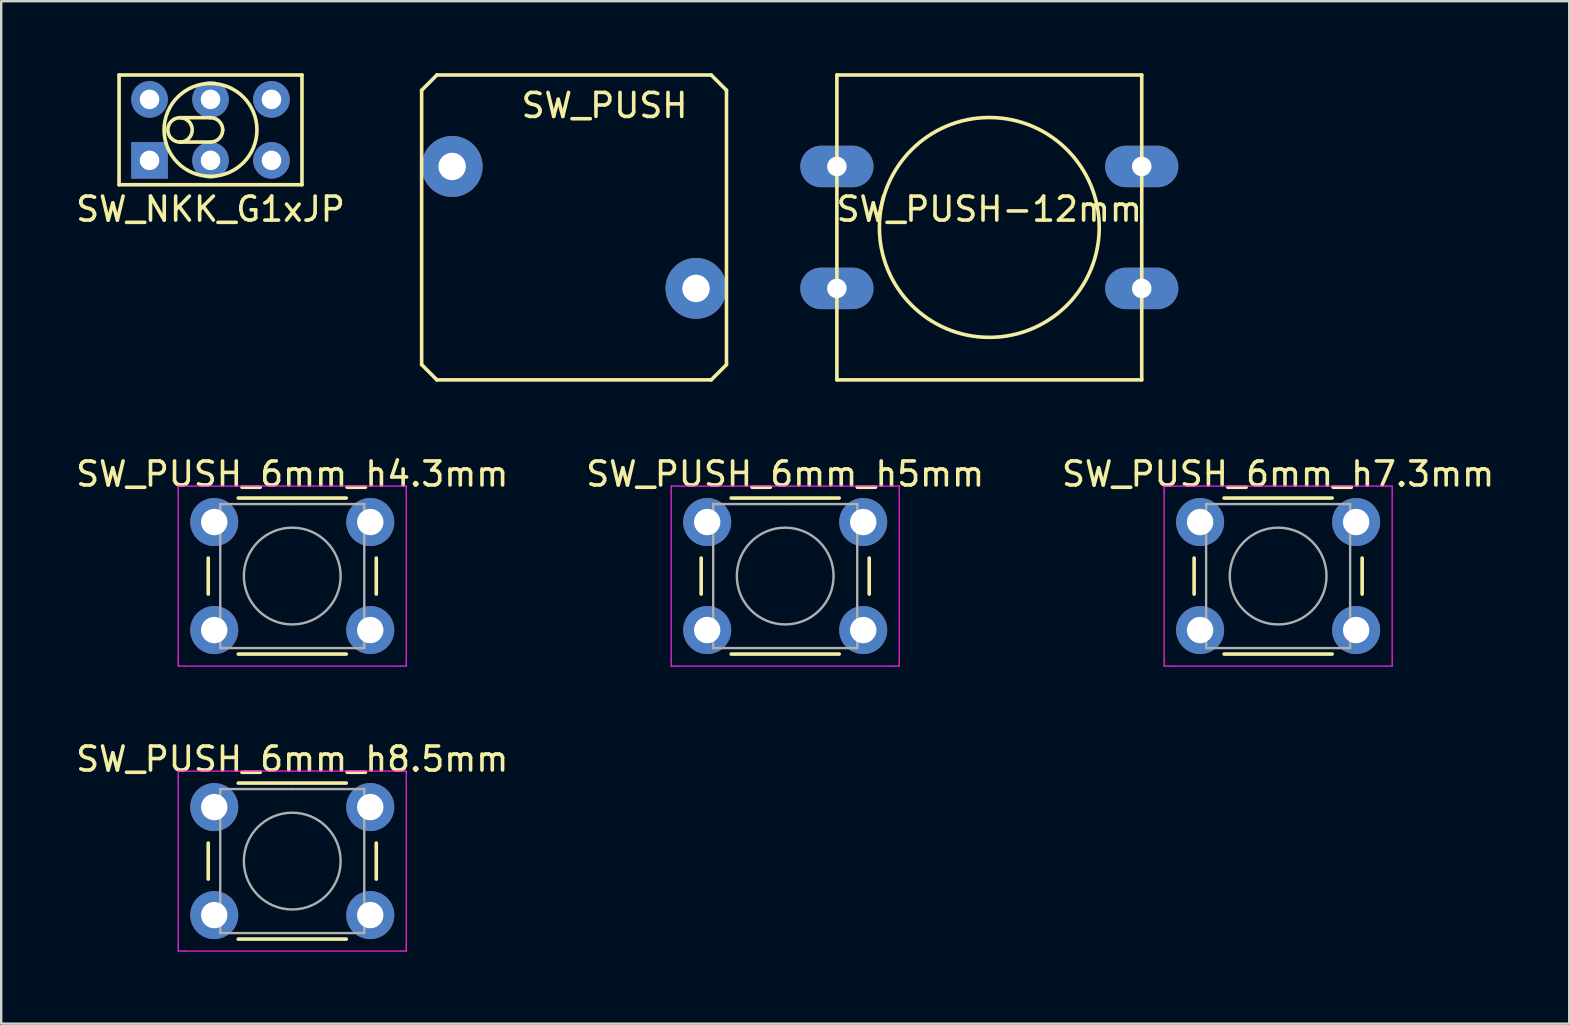
<source format=kicad_pcb>
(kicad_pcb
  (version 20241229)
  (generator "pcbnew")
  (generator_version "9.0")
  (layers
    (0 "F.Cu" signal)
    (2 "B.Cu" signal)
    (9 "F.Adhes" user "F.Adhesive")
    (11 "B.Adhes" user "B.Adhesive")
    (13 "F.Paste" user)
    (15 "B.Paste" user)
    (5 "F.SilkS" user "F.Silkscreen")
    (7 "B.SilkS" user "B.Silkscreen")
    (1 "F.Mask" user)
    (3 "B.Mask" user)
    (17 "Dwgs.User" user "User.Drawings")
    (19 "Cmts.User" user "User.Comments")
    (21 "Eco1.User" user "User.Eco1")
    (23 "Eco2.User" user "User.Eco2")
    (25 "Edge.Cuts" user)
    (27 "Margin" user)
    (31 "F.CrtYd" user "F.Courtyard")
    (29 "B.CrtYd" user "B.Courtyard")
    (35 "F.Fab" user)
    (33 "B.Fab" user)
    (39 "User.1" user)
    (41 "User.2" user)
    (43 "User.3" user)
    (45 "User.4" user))
  (footprint "SW_PUSH_6mm_h5mm"
    (layer "F.Cu")
    (at 26.411 18.698)
    (property "Reference" "SW_PUSH_6mm_h5mm" (at 3.25 -2 0) (layer "F.SilkS") (effects (font (size 1 1) (thickness 0.15))))
    (attr through_hole)
    (fp_line (start -0.25 1.5) (end -0.25 3) (stroke (width 0.15) (type solid)) (layer "F.SilkS"))
    (fp_line (start 1 5.5) (end 5.5 5.5) (stroke (width 0.15) (type solid)) (layer "F.SilkS"))
    (fp_line (start 5.5 -1) (end 1 -1) (stroke (width 0.15) (type solid)) (layer "F.SilkS"))
    (fp_line (start 6.75 3) (end 6.75 1.5) (stroke (width 0.15) (type solid)) (layer "F.SilkS"))
    (fp_line (start -1.5 -1.5) (end -1.25 -1.5) (stroke (width 0.05) (type solid)) (layer "F.CrtYd"))
    (fp_line (start -1.5 -1.25) (end -1.5 -1.5) (stroke (width 0.05) (type solid)) (layer "F.CrtYd"))
    (fp_line (start -1.5 5.75) (end -1.5 -1.25) (stroke (width 0.05) (type solid)) (layer "F.CrtYd"))
    (fp_line (start -1.5 5.75) (end -1.5 6) (stroke (width 0.05) (type solid)) (layer "F.CrtYd"))
    (fp_line (start -1.5 6) (end -1.25 6) (stroke (width 0.05) (type solid)) (layer "F.CrtYd"))
    (fp_line (start -1.25 -1.5) (end 7.75 -1.5) (stroke (width 0.05) (type solid)) (layer "F.CrtYd"))
    (fp_line (start 7.75 -1.5) (end 8 -1.5) (stroke (width 0.05) (type solid)) (layer "F.CrtYd"))
    (fp_line (start 7.75 6) (end -1.25 6) (stroke (width 0.05) (type solid)) (layer "F.CrtYd"))
    (fp_line (start 7.75 6) (end 8 6) (stroke (width 0.05) (type solid)) (layer "F.CrtYd"))
    (fp_line (start 8 -1.5) (end 8 -1.25) (stroke (width 0.05) (type solid)) (layer "F.CrtYd"))
    (fp_line (start 8 -1.25) (end 8 5.75) (stroke (width 0.05) (type solid)) (layer "F.CrtYd"))
    (fp_line (start 8 6) (end 8 5.75) (stroke (width 0.05) (type solid)) (layer "F.CrtYd"))
    (fp_line (start 0.25 -0.75) (end 3.25 -0.75) (stroke (width 0.1) (type solid)) (layer "F.Fab"))
    (fp_line (start 0.25 5.25) (end 0.25 -0.75) (stroke (width 0.1) (type solid)) (layer "F.Fab"))
    (fp_line (start 3.25 -0.75) (end 6.25 -0.75) (stroke (width 0.1) (type solid)) (layer "F.Fab"))
    (fp_line (start 6.25 -0.75) (end 6.25 5.25) (stroke (width 0.1) (type solid)) (layer "F.Fab"))
    (fp_line (start 6.25 5.25) (end 0.25 5.25) (stroke (width 0.1) (type solid)) (layer "F.Fab"))
    (fp_circle (center 3.25 2.25) (end 1.25 2.5) (stroke (width 0.1) (type solid)) (fill no) (layer "F.Fab"))
    (pad "1" thru_hole circle (at 0 0 90) (size 2 2) (drill 1.1) (layers "*.Cu" "*.Mask"))
    (pad "1" thru_hole circle (at 6.5 0 90) (size 2 2) (drill 1.1) (layers "*.Cu" "*.Mask"))
    (pad "2" thru_hole circle (at 0 4.5 90) (size 2 2) (drill 1.1) (layers "*.Cu" "*.Mask"))
    (pad "2" thru_hole circle (at 6.5 4.5 90) (size 2 2) (drill 1.1) (layers "*.Cu" "*.Mask")))
  (footprint "SW_PUSH_6mm_h7.3mm"
    (layer "F.Cu")
    (at 46.946 18.698)
    (property "Reference" "SW_PUSH_6mm_h7.3mm" (at 3.25 -2 0) (layer "F.SilkS") (effects (font (size 1 1) (thickness 0.15))))
    (attr through_hole)
    (fp_line (start -0.25 1.5) (end -0.25 3) (stroke (width 0.15) (type solid)) (layer "F.SilkS"))
    (fp_line (start 1 5.5) (end 5.5 5.5) (stroke (width 0.15) (type solid)) (layer "F.SilkS"))
    (fp_line (start 5.5 -1) (end 1 -1) (stroke (width 0.15) (type solid)) (layer "F.SilkS"))
    (fp_line (start 6.75 3) (end 6.75 1.5) (stroke (width 0.15) (type solid)) (layer "F.SilkS"))
    (fp_line (start -1.5 -1.5) (end -1.25 -1.5) (stroke (width 0.05) (type solid)) (layer "F.CrtYd"))
    (fp_line (start -1.5 -1.25) (end -1.5 -1.5) (stroke (width 0.05) (type solid)) (layer "F.CrtYd"))
    (fp_line (start -1.5 5.75) (end -1.5 -1.25) (stroke (width 0.05) (type solid)) (layer "F.CrtYd"))
    (fp_line (start -1.5 5.75) (end -1.5 6) (stroke (width 0.05) (type solid)) (layer "F.CrtYd"))
    (fp_line (start -1.5 6) (end -1.25 6) (stroke (width 0.05) (type solid)) (layer "F.CrtYd"))
    (fp_line (start -1.25 -1.5) (end 7.75 -1.5) (stroke (width 0.05) (type solid)) (layer "F.CrtYd"))
    (fp_line (start 7.75 -1.5) (end 8 -1.5) (stroke (width 0.05) (type solid)) (layer "F.CrtYd"))
    (fp_line (start 7.75 6) (end -1.25 6) (stroke (width 0.05) (type solid)) (layer "F.CrtYd"))
    (fp_line (start 7.75 6) (end 8 6) (stroke (width 0.05) (type solid)) (layer "F.CrtYd"))
    (fp_line (start 8 -1.5) (end 8 -1.25) (stroke (width 0.05) (type solid)) (layer "F.CrtYd"))
    (fp_line (start 8 -1.25) (end 8 5.75) (stroke (width 0.05) (type solid)) (layer "F.CrtYd"))
    (fp_line (start 8 6) (end 8 5.75) (stroke (width 0.05) (type solid)) (layer "F.CrtYd"))
    (fp_line (start 0.25 -0.75) (end 3.25 -0.75) (stroke (width 0.1) (type solid)) (layer "F.Fab"))
    (fp_line (start 0.25 5.25) (end 0.25 -0.75) (stroke (width 0.1) (type solid)) (layer "F.Fab"))
    (fp_line (start 3.25 -0.75) (end 6.25 -0.75) (stroke (width 0.1) (type solid)) (layer "F.Fab"))
    (fp_line (start 6.25 -0.75) (end 6.25 5.25) (stroke (width 0.1) (type solid)) (layer "F.Fab"))
    (fp_line (start 6.25 5.25) (end 0.25 5.25) (stroke (width 0.1) (type solid)) (layer "F.Fab"))
    (fp_circle (center 3.25 2.25) (end 1.25 2.5) (stroke (width 0.1) (type solid)) (fill no) (layer "F.Fab"))
    (pad "1" thru_hole circle (at 0 0 90) (size 2 2) (drill 1.1) (layers "*.Cu" "*.Mask"))
    (pad "1" thru_hole circle (at 6.5 0 90) (size 2 2) (drill 1.1) (layers "*.Cu" "*.Mask"))
    (pad "2" thru_hole circle (at 0 4.5 90) (size 2 2) (drill 1.1) (layers "*.Cu" "*.Mask"))
    (pad "2" thru_hole circle (at 6.5 4.5 90) (size 2 2) (drill 1.1) (layers "*.Cu" "*.Mask")))
  (footprint "SW_PUSH_6mm_h4.3mm"
    (layer "F.Cu")
    (at 5.875 18.698)
    (property "Reference" "SW_PUSH_6mm_h4.3mm" (at 3.25 -2 0) (layer "F.SilkS") (effects (font (size 1 1) (thickness 0.15))))
    (attr through_hole)
    (fp_line (start -0.25 1.5) (end -0.25 3) (stroke (width 0.15) (type solid)) (layer "F.SilkS"))
    (fp_line (start 1 5.5) (end 5.5 5.5) (stroke (width 0.15) (type solid)) (layer "F.SilkS"))
    (fp_line (start 5.5 -1) (end 1 -1) (stroke (width 0.15) (type solid)) (layer "F.SilkS"))
    (fp_line (start 6.75 3) (end 6.75 1.5) (stroke (width 0.15) (type solid)) (layer "F.SilkS"))
    (fp_line (start -1.5 -1.5) (end -1.25 -1.5) (stroke (width 0.05) (type solid)) (layer "F.CrtYd"))
    (fp_line (start -1.5 -1.25) (end -1.5 -1.5) (stroke (width 0.05) (type solid)) (layer "F.CrtYd"))
    (fp_line (start -1.5 5.75) (end -1.5 -1.25) (stroke (width 0.05) (type solid)) (layer "F.CrtYd"))
    (fp_line (start -1.5 5.75) (end -1.5 6) (stroke (width 0.05) (type solid)) (layer "F.CrtYd"))
    (fp_line (start -1.5 6) (end -1.25 6) (stroke (width 0.05) (type solid)) (layer "F.CrtYd"))
    (fp_line (start -1.25 -1.5) (end 7.75 -1.5) (stroke (width 0.05) (type solid)) (layer "F.CrtYd"))
    (fp_line (start 7.75 -1.5) (end 8 -1.5) (stroke (width 0.05) (type solid)) (layer "F.CrtYd"))
    (fp_line (start 7.75 6) (end -1.25 6) (stroke (width 0.05) (type solid)) (layer "F.CrtYd"))
    (fp_line (start 7.75 6) (end 8 6) (stroke (width 0.05) (type solid)) (layer "F.CrtYd"))
    (fp_line (start 8 -1.5) (end 8 -1.25) (stroke (width 0.05) (type solid)) (layer "F.CrtYd"))
    (fp_line (start 8 -1.25) (end 8 5.75) (stroke (width 0.05) (type solid)) (layer "F.CrtYd"))
    (fp_line (start 8 6) (end 8 5.75) (stroke (width 0.05) (type solid)) (layer "F.CrtYd"))
    (fp_line (start 0.25 -0.75) (end 3.25 -0.75) (stroke (width 0.1) (type solid)) (layer "F.Fab"))
    (fp_line (start 0.25 5.25) (end 0.25 -0.75) (stroke (width 0.1) (type solid)) (layer "F.Fab"))
    (fp_line (start 3.25 -0.75) (end 6.25 -0.75) (stroke (width 0.1) (type solid)) (layer "F.Fab"))
    (fp_line (start 6.25 -0.75) (end 6.25 5.25) (stroke (width 0.1) (type solid)) (layer "F.Fab"))
    (fp_line (start 6.25 5.25) (end 0.25 5.25) (stroke (width 0.1) (type solid)) (layer "F.Fab"))
    (fp_circle (center 3.25 2.25) (end 1.25 2.5) (stroke (width 0.1) (type solid)) (fill no) (layer "F.Fab"))
    (pad "1" thru_hole circle (at 0 0 90) (size 2 2) (drill 1.1) (layers "*.Cu" "*.Mask"))
    (pad "1" thru_hole circle (at 6.5 0 90) (size 2 2) (drill 1.1) (layers "*.Cu" "*.Mask"))
    (pad "2" thru_hole circle (at 0 4.5 90) (size 2 2) (drill 1.1) (layers "*.Cu" "*.Mask"))
    (pad "2" thru_hole circle (at 6.5 4.5 90) (size 2 2) (drill 1.1) (layers "*.Cu" "*.Mask")))
  (footprint "SW_PUSH-12mm"
    (layer "F.Cu")
    (at 38.164 6.425)
    (property "Reference" "SW_PUSH-12mm" (at 0 -0.762 0) (layer "F.SilkS") (effects (font (size 1 1) (thickness 0.15))))
    (attr through_hole)
    (fp_line (start -6.35 -6.35) (end 6.35 -6.35) (stroke (width 0.15) (type solid)) (layer "F.SilkS"))
    (fp_line (start -6.35 6.35) (end -6.35 -6.35) (stroke (width 0.15) (type solid)) (layer "F.SilkS"))
    (fp_line (start 6.35 -6.35) (end 6.35 6.35) (stroke (width 0.15) (type solid)) (layer "F.SilkS"))
    (fp_line (start 6.35 6.35) (end -6.35 6.35) (stroke (width 0.15) (type solid)) (layer "F.SilkS"))
    (fp_circle (center 0 0) (end 3.81 2.54) (stroke (width 0.15) (type solid)) (fill no) (layer "F.SilkS"))
    (pad "1" thru_hole oval (at -6.35 -2.54) (size 3.048 1.727) (drill 0.813) (layers "*.Cu" "*.Mask"))
    (pad "1" thru_hole oval (at 6.35 -2.54) (size 3.048 1.727) (drill 0.813) (layers "*.Cu" "*.Mask"))
    (pad "2" thru_hole oval (at -6.35 2.54) (size 3.048 1.727) (drill 0.813) (layers "*.Cu" "*.Mask"))
    (pad "2" thru_hole oval (at 6.35 2.54) (size 3.048 1.727) (drill 0.813) (layers "*.Cu" "*.Mask")))
  (footprint "SW_PUSH_6mm_h8.5mm"
    (layer "F.Cu")
    (at 5.875 30.572)
    (property "Reference" "SW_PUSH_6mm_h8.5mm" (at 3.25 -2 0) (layer "F.SilkS") (effects (font (size 1 1) (thickness 0.15))))
    (attr through_hole)
    (fp_line (start -0.25 1.5) (end -0.25 3) (stroke (width 0.15) (type solid)) (layer "F.SilkS"))
    (fp_line (start 1 5.5) (end 5.5 5.5) (stroke (width 0.15) (type solid)) (layer "F.SilkS"))
    (fp_line (start 5.5 -1) (end 1 -1) (stroke (width 0.15) (type solid)) (layer "F.SilkS"))
    (fp_line (start 6.75 3) (end 6.75 1.5) (stroke (width 0.15) (type solid)) (layer "F.SilkS"))
    (fp_line (start -1.5 -1.5) (end -1.25 -1.5) (stroke (width 0.05) (type solid)) (layer "F.CrtYd"))
    (fp_line (start -1.5 -1.25) (end -1.5 -1.5) (stroke (width 0.05) (type solid)) (layer "F.CrtYd"))
    (fp_line (start -1.5 5.75) (end -1.5 -1.25) (stroke (width 0.05) (type solid)) (layer "F.CrtYd"))
    (fp_line (start -1.5 5.75) (end -1.5 6) (stroke (width 0.05) (type solid)) (layer "F.CrtYd"))
    (fp_line (start -1.5 6) (end -1.25 6) (stroke (width 0.05) (type solid)) (layer "F.CrtYd"))
    (fp_line (start -1.25 -1.5) (end 7.75 -1.5) (stroke (width 0.05) (type solid)) (layer "F.CrtYd"))
    (fp_line (start 7.75 -1.5) (end 8 -1.5) (stroke (width 0.05) (type solid)) (layer "F.CrtYd"))
    (fp_line (start 7.75 6) (end -1.25 6) (stroke (width 0.05) (type solid)) (layer "F.CrtYd"))
    (fp_line (start 7.75 6) (end 8 6) (stroke (width 0.05) (type solid)) (layer "F.CrtYd"))
    (fp_line (start 8 -1.5) (end 8 -1.25) (stroke (width 0.05) (type solid)) (layer "F.CrtYd"))
    (fp_line (start 8 -1.25) (end 8 5.75) (stroke (width 0.05) (type solid)) (layer "F.CrtYd"))
    (fp_line (start 8 6) (end 8 5.75) (stroke (width 0.05) (type solid)) (layer "F.CrtYd"))
    (fp_line (start 0.25 -0.75) (end 3.25 -0.75) (stroke (width 0.1) (type solid)) (layer "F.Fab"))
    (fp_line (start 0.25 5.25) (end 0.25 -0.75) (stroke (width 0.1) (type solid)) (layer "F.Fab"))
    (fp_line (start 3.25 -0.75) (end 6.25 -0.75) (stroke (width 0.1) (type solid)) (layer "F.Fab"))
    (fp_line (start 6.25 -0.75) (end 6.25 5.25) (stroke (width 0.1) (type solid)) (layer "F.Fab"))
    (fp_line (start 6.25 5.25) (end 0.25 5.25) (stroke (width 0.1) (type solid)) (layer "F.Fab"))
    (fp_circle (center 3.25 2.25) (end 1.25 2.5) (stroke (width 0.1) (type solid)) (fill no) (layer "F.Fab"))
    (pad "1" thru_hole circle (at 0 0 90) (size 2 2) (drill 1.1) (layers "*.Cu" "*.Mask"))
    (pad "1" thru_hole circle (at 6.5 0 90) (size 2 2) (drill 1.1) (layers "*.Cu" "*.Mask"))
    (pad "2" thru_hole circle (at 0 4.5 90) (size 2 2) (drill 1.1) (layers "*.Cu" "*.Mask"))
    (pad "2" thru_hole circle (at 6.5 4.5 90) (size 2 2) (drill 1.1) (layers "*.Cu" "*.Mask")))
  (footprint "SW_NKK_G1xJP"
    (layer "F.Cu")
    (at 5.72 2.361)
    (property "Reference" "SW_NKK_G1xJP" (at 0 3.302 0) (layer "F.SilkS") (effects (font (size 1 1) (thickness 0.15))))
    (attr through_hole)
    (fp_line (start -3.81 -2.286) (end -3.81 2.286) (stroke (width 0.15) (type solid)) (layer "F.SilkS"))
    (fp_line (start -3.81 -2.286) (end 3.81 -2.286) (stroke (width 0.15) (type solid)) (layer "F.SilkS"))
    (fp_line (start -1.27 -0.508) (end 0 -0.508) (stroke (width 0.15) (type solid)) (layer "F.SilkS"))
    (fp_line (start 0 0.508) (end -1.27 0.508) (stroke (width 0.15) (type solid)) (layer "F.SilkS"))
    (fp_line (start 3.81 -2.286) (end 3.81 2.286) (stroke (width 0.15) (type solid)) (layer "F.SilkS"))
    (fp_line (start 3.81 2.286) (end -3.81 2.286) (stroke (width 0.15) (type solid)) (layer "F.SilkS"))
    (fp_arc (start 0 -0.508) (mid 0.35921 -0.35921) (end 0.508 0) (stroke (width 0.15) (type solid)) (layer "F.SilkS"))
    (fp_arc (start 0.508 0) (mid 0.35921 0.35921) (end 0 0.508) (stroke (width 0.15) (type solid)) (layer "F.SilkS"))
    (fp_circle (center -1.27 0) (end -1.778 0) (stroke (width 0.15) (type solid)) (fill no) (layer "F.SilkS"))
    (fp_circle (center 0 0) (end -0.762 -1.778) (stroke (width 0.15) (type solid)) (fill no) (layer "F.SilkS"))
    (pad "1" thru_hole rect (at -2.54 1.27) (size 1.524 1.524) (drill 0.813) (layers "*.Cu" "*.Mask"))
    (pad "2" thru_hole circle (at 0 1.27) (size 1.524 1.524) (drill 0.813) (layers "*.Cu" "*.Mask"))
    (pad "3" thru_hole circle (at 2.54 1.27) (size 1.524 1.524) (drill 0.813) (layers "*.Cu" "*.Mask"))
    (pad "4" thru_hole circle (at 2.54 -1.27) (size 1.524 1.524) (drill 0.813) (layers "*.Cu" "*.Mask"))
    (pad "5" thru_hole circle (at 0 -1.27) (size 1.524 1.524) (drill 0.813) (layers "*.Cu" "*.Mask"))
    (pad "6" thru_hole circle (at -2.54 -1.27) (size 1.524 1.524) (drill 0.813) (layers "*.Cu" "*.Mask")))
  (footprint "SW_PUSH"
    (layer "F.Cu")
    (at 20.865 6.425)
    (property "Reference" "SW_PUSH" (at 1.27 -5.08 0) (layer "F.SilkS") (effects (font (size 1 1) (thickness 0.15))))
    (attr through_hole)
    (fp_line (start -6.35 -5.715) (end -5.715 -6.35) (stroke (width 0.15) (type solid)) (layer "F.SilkS"))
    (fp_line (start -6.35 5.715) (end -6.35 -5.715) (stroke (width 0.15) (type solid)) (layer "F.SilkS"))
    (fp_line (start -5.715 -6.35) (end 5.715 -6.35) (stroke (width 0.15) (type solid)) (layer "F.SilkS"))
    (fp_line (start -5.715 6.35) (end -6.35 5.715) (stroke (width 0.15) (type solid)) (layer "F.SilkS"))
    (fp_line (start 5.715 -6.35) (end 6.35 -5.715) (stroke (width 0.15) (type solid)) (layer "F.SilkS"))
    (fp_line (start 5.715 6.35) (end -5.715 6.35) (stroke (width 0.15) (type solid)) (layer "F.SilkS"))
    (fp_line (start 6.35 -5.715) (end 6.35 5.715) (stroke (width 0.15) (type solid)) (layer "F.SilkS"))
    (fp_line (start 6.35 5.715) (end 5.715 6.35) (stroke (width 0.15) (type solid)) (layer "F.SilkS"))
    (pad "1" thru_hole circle (at -5.08 -2.54) (size 2.54 2.54) (drill 1.143) (layers "*.Cu" "*.Mask"))
    (pad "2" thru_hole circle (at 5.08 2.54) (size 2.54 2.54) (drill 1.143) (layers "*.Cu" "*.Mask")))
  (gr_rect
    (start -3 -3)
    (end 62.321 39.596)
    (stroke (width 0.1) (type default))
    (fill no)
    (layer "Edge.Cuts")))
</source>
